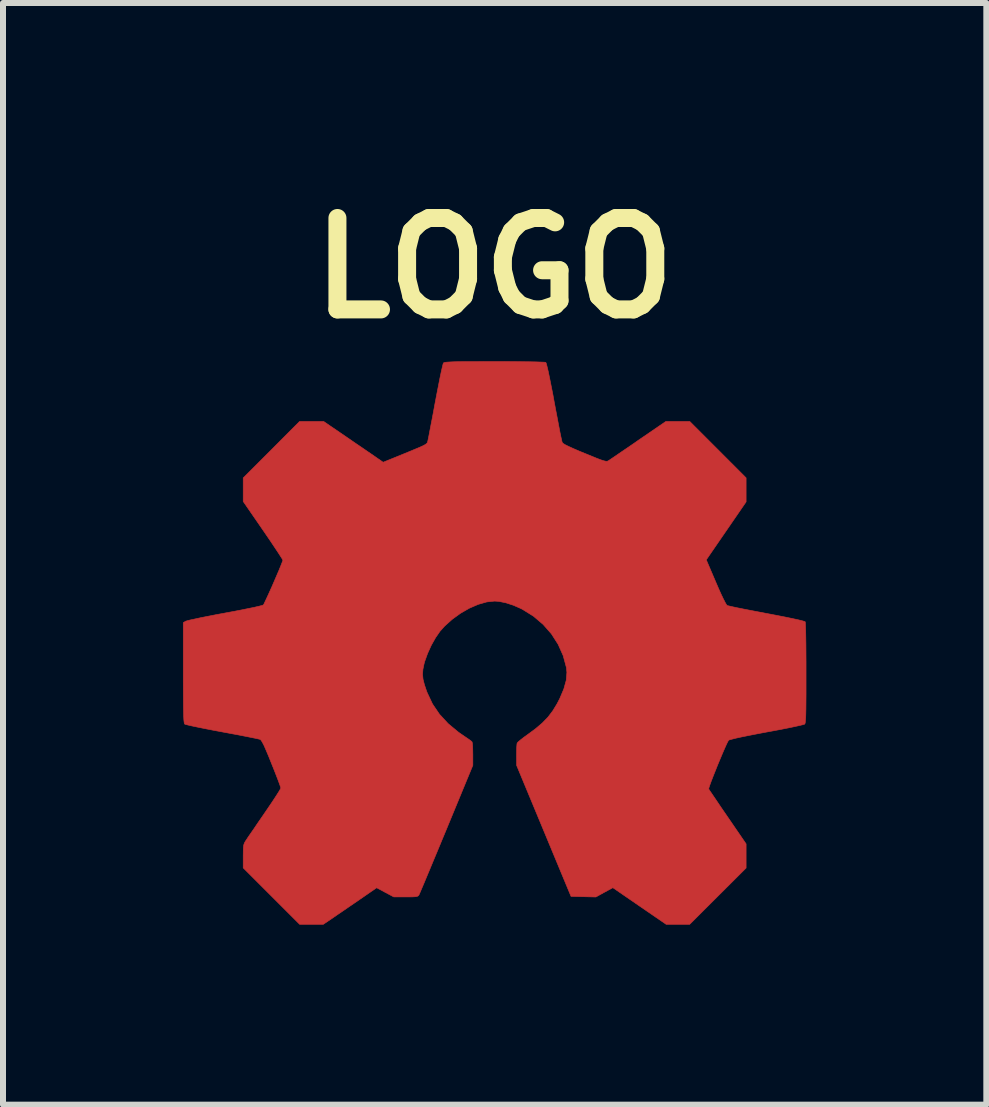
<source format=kicad_pcb>
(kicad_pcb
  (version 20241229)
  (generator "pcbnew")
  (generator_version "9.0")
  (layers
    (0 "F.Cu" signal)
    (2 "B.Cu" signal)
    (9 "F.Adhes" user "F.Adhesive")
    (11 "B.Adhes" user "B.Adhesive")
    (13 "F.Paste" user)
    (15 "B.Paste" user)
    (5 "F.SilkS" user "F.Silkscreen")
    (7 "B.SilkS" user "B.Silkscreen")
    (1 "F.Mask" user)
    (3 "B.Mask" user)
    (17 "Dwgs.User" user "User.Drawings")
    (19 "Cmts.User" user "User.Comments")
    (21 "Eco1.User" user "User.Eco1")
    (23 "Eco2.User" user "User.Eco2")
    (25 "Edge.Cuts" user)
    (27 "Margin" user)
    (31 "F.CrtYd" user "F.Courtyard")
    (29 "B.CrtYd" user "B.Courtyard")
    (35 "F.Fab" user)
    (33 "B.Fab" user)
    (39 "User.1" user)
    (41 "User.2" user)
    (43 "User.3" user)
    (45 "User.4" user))
  (footprint "LOGO"
    (layer "F.Cu")
    (at 5.187 7.768)
    (property "Reference" "LOGO" (at 0 -6.35 0) (layer "F.SilkS") (effects (font (size 1.524 1.524) (thickness 0.3))))
    (attr through_hole)
    (fp_poly (pts (xy 0.171 -4.792) (xy 0.327 -4.791) (xy 0.468 -4.789) (xy 0.593 -4.788) (xy 0.698 -4.786) (xy 0.78 -4.783) (xy 0.835 -4.781) (xy 0.859 -4.778) (xy 0.86 -4.778) (xy 0.869 -4.758) (xy 0.882 -4.707) (xy 0.901 -4.627) (xy 0.923 -4.52) (xy 0.949 -4.39) (xy 0.979 -4.238) (xy 1 -4.122) (xy 1.027 -3.978) (xy 1.053 -3.843) (xy 1.076 -3.721) (xy 1.096 -3.617) (xy 1.113 -3.534) (xy 1.126 -3.476) (xy 1.133 -3.446) (xy 1.134 -3.444) (xy 1.148 -3.428) (xy 1.182 -3.406) (xy 1.239 -3.378) (xy 1.32 -3.341) (xy 1.429 -3.294) (xy 1.508 -3.262) (xy 1.623 -3.215) (xy 1.711 -3.179) (xy 1.776 -3.154) (xy 1.823 -3.139) (xy 1.855 -3.131) (xy 1.877 -3.129) (xy 1.894 -3.133) (xy 1.909 -3.142) (xy 1.911 -3.143) (xy 1.936 -3.16) (xy 1.985 -3.193) (xy 2.054 -3.24) (xy 2.14 -3.299) (xy 2.239 -3.366) (xy 2.347 -3.44) (xy 2.408 -3.483) (xy 2.861 -3.793) (xy 3.26 -3.793) (xy 3.73 -3.323) (xy 4.199 -2.853) (xy 4.199 -2.453) (xy 3.867 -1.97) (xy 3.535 -1.487) (xy 3.694 -1.115) (xy 3.741 -1.006) (xy 3.784 -0.91) (xy 3.823 -0.829) (xy 3.854 -0.769) (xy 3.875 -0.734) (xy 3.882 -0.726) (xy 3.905 -0.72) (xy 3.957 -0.708) (xy 4.035 -0.691) (xy 4.134 -0.671) (xy 4.252 -0.648) (xy 4.383 -0.623) (xy 4.525 -0.596) (xy 4.541 -0.593) (xy 4.703 -0.562) (xy 4.846 -0.534) (xy 4.967 -0.509) (xy 5.064 -0.488) (xy 5.134 -0.471) (xy 5.175 -0.459) (xy 5.184 -0.454) (xy 5.187 -0.433) (xy 5.189 -0.381) (xy 5.192 -0.303) (xy 5.194 -0.201) (xy 5.196 -0.078) (xy 5.197 0.062) (xy 5.198 0.216) (xy 5.198 0.38) (xy 5.198 0.4) (xy 5.198 0.594) (xy 5.198 0.756) (xy 5.197 0.89) (xy 5.196 0.999) (xy 5.194 1.083) (xy 5.192 1.148) (xy 5.188 1.194) (xy 5.185 1.225) (xy 5.18 1.244) (xy 5.175 1.252) (xy 5.153 1.259) (xy 5.102 1.272) (xy 5.025 1.289) (xy 4.927 1.31) (xy 4.811 1.333) (xy 4.681 1.358) (xy 4.544 1.383) (xy 4.391 1.412) (xy 4.253 1.439) (xy 4.134 1.463) (xy 4.037 1.484) (xy 3.965 1.502) (xy 3.921 1.514) (xy 3.909 1.52) (xy 3.895 1.541) (xy 3.872 1.588) (xy 3.842 1.655) (xy 3.806 1.738) (xy 3.767 1.831) (xy 3.726 1.929) (xy 3.687 2.027) (xy 3.65 2.12) (xy 3.618 2.202) (xy 3.594 2.268) (xy 3.579 2.314) (xy 3.576 2.333) (xy 3.586 2.35) (xy 3.614 2.391) (xy 3.656 2.453) (xy 3.71 2.533) (xy 3.774 2.628) (xy 3.846 2.733) (xy 3.89 2.797) (xy 4.199 3.248) (xy 4.199 3.65) (xy 3.258 4.589) (xy 2.867 4.589) (xy 2.423 4.284) (xy 1.978 3.978) (xy 1.836 4.055) (xy 1.695 4.133) (xy 1.488 4.128) (xy 1.281 4.123) (xy 0.374 1.939) (xy 0.373 1.767) (xy 0.374 1.691) (xy 0.376 1.627) (xy 0.38 1.582) (xy 0.383 1.568) (xy 0.4 1.548) (xy 0.44 1.514) (xy 0.495 1.471) (xy 0.548 1.433) (xy 0.688 1.33) (xy 0.802 1.233) (xy 0.896 1.136) (xy 0.976 1.031) (xy 1.048 0.913) (xy 1.094 0.824) (xy 1.161 0.665) (xy 1.201 0.521) (xy 1.212 0.391) (xy 1.204 0.309) (xy 1.15 0.11) (xy 1.066 -0.078) (xy 0.954 -0.253) (xy 0.816 -0.41) (xy 0.655 -0.547) (xy 0.472 -0.661) (xy 0.449 -0.673) (xy 0.322 -0.729) (xy 0.196 -0.77) (xy 0.079 -0.794) (xy 0.008 -0.799) (xy -0.124 -0.785) (xy -0.267 -0.744) (xy -0.415 -0.68) (xy -0.561 -0.596) (xy -0.699 -0.496) (xy -0.825 -0.383) (xy -0.903 -0.296) (xy -0.977 -0.189) (xy -1.049 -0.061) (xy -1.111 0.076) (xy -1.159 0.21) (xy -1.17 0.252) (xy -1.188 0.34) (xy -1.194 0.421) (xy -1.186 0.503) (xy -1.163 0.594) (xy -1.126 0.704) (xy -1.115 0.731) (xy -1.028 0.916) (xy -0.912 1.087) (xy -0.767 1.244) (xy -0.592 1.389) (xy -0.474 1.47) (xy -0.424 1.504) (xy -0.386 1.532) (xy -0.369 1.548) (xy -0.363 1.572) (xy -0.359 1.621) (xy -0.357 1.689) (xy -0.356 1.753) (xy -0.356 1.939) (xy -0.795 3.002) (xy -0.87 3.182) (xy -0.941 3.354) (xy -1.008 3.514) (xy -1.069 3.661) (xy -1.123 3.79) (xy -1.169 3.901) (xy -1.207 3.99) (xy -1.234 4.054) (xy -1.25 4.09) (xy -1.253 4.098) (xy -1.264 4.112) (xy -1.281 4.122) (xy -1.311 4.128) (xy -1.36 4.131) (xy -1.435 4.132) (xy -1.472 4.132) (xy -1.673 4.132) (xy -1.816 4.056) (xy -1.959 3.979) (xy -2.237 4.171) (xy -2.336 4.239) (xy -2.44 4.31) (xy -2.539 4.378) (xy -2.626 4.437) (xy -2.682 4.476) (xy -2.849 4.589) (xy -3.242 4.589) (xy -3.712 4.119) (xy -4.183 3.648) (xy -4.183 3.452) (xy -4.182 3.367) (xy -4.18 3.308) (xy -4.175 3.267) (xy -4.164 3.235) (xy -4.147 3.204) (xy -4.126 3.173) (xy -4.102 3.136) (xy -4.061 3.077) (xy -4.007 2.999) (xy -3.945 2.907) (xy -3.876 2.807) (xy -3.813 2.715) (xy -3.745 2.615) (xy -3.683 2.523) (xy -3.631 2.443) (xy -3.591 2.38) (xy -3.565 2.336) (xy -3.556 2.317) (xy -3.562 2.296) (xy -3.579 2.247) (xy -3.605 2.177) (xy -3.639 2.089) (xy -3.679 1.987) (xy -3.711 1.908) (xy -3.763 1.778) (xy -3.806 1.677) (xy -3.839 1.602) (xy -3.866 1.551) (xy -3.886 1.52) (xy -3.901 1.506) (xy -3.901 1.506) (xy -3.926 1.5) (xy -3.98 1.488) (xy -4.059 1.472) (xy -4.159 1.452) (xy -4.277 1.429) (xy -4.407 1.405) (xy -4.536 1.381) (xy -4.675 1.355) (xy -4.804 1.33) (xy -4.918 1.307) (xy -5.015 1.287) (xy -5.09 1.27) (xy -5.139 1.258) (xy -5.159 1.251) (xy -5.164 1.241) (xy -5.168 1.22) (xy -5.172 1.185) (xy -5.175 1.133) (xy -5.177 1.062) (xy -5.179 0.969) (xy -5.18 0.851) (xy -5.181 0.707) (xy -5.182 0.533) (xy -5.182 0.396) (xy -5.182 -0.439) (xy -5.144 -0.463) (xy -5.119 -0.471) (xy -5.064 -0.485) (xy -4.984 -0.502) (xy -4.883 -0.524) (xy -4.765 -0.547) (xy -4.633 -0.573) (xy -4.491 -0.599) (xy -4.487 -0.6) (xy -4.346 -0.626) (xy -4.216 -0.651) (xy -4.099 -0.675) (xy -4 -0.695) (xy -3.923 -0.713) (xy -3.871 -0.726) (xy -3.849 -0.734) (xy -3.848 -0.734) (xy -3.836 -0.754) (xy -3.814 -0.801) (xy -3.783 -0.867) (xy -3.746 -0.948) (xy -3.705 -1.039) (xy -3.664 -1.134) (xy -3.624 -1.227) (xy -3.587 -1.313) (xy -3.557 -1.387) (xy -3.535 -1.443) (xy -3.523 -1.476) (xy -3.522 -1.481) (xy -3.531 -1.499) (xy -3.558 -1.541) (xy -3.599 -1.605) (xy -3.653 -1.686) (xy -3.717 -1.782) (xy -3.79 -1.889) (xy -3.852 -1.98) (xy -4.183 -2.46) (xy -4.183 -2.852) (xy -3.713 -3.322) (xy -3.244 -3.793) (xy -2.842 -3.793) (xy -2.416 -3.502) (xy -2.306 -3.426) (xy -2.201 -3.355) (xy -2.107 -3.29) (xy -2.027 -3.236) (xy -1.966 -3.193) (xy -1.927 -3.166) (xy -1.92 -3.162) (xy -1.851 -3.113) (xy -1.531 -3.243) (xy -1.407 -3.294) (xy -1.311 -3.334) (xy -1.239 -3.364) (xy -1.187 -3.388) (xy -1.153 -3.406) (xy -1.131 -3.421) (xy -1.118 -3.434) (xy -1.111 -3.448) (xy -1.11 -3.453) (xy -1.104 -3.477) (xy -1.093 -3.53) (xy -1.078 -3.609) (xy -1.059 -3.709) (xy -1.036 -3.827) (xy -1.011 -3.959) (xy -0.985 -4.101) (xy -0.982 -4.115) (xy -0.955 -4.258) (xy -0.929 -4.39) (xy -0.906 -4.508) (xy -0.885 -4.609) (xy -0.867 -4.689) (xy -0.854 -4.743) (xy -0.846 -4.768) (xy -0.845 -4.768) (xy -0.836 -4.774) (xy -0.816 -4.779) (xy -0.784 -4.782) (xy -0.735 -4.785) (xy -0.669 -4.788) (xy -0.581 -4.79) (xy -0.47 -4.791) (xy -0.333 -4.791) (xy -0.167 -4.792) (xy 0.006 -4.792) (xy 0.171 -4.792)) (stroke (width 0.01) (type solid)) (fill yes) (layer "F.Cu"))
    (fp_poly (pts (xy 0.153 -4.622) (xy 0.29 -4.621) (xy 0.413 -4.62) (xy 0.518 -4.617) (xy 0.602 -4.615) (xy 0.66 -4.612) (xy 0.689 -4.609) (xy 0.691 -4.608) (xy 0.699 -4.588) (xy 0.713 -4.537) (xy 0.732 -4.458) (xy 0.754 -4.351) (xy 0.781 -4.221) (xy 0.81 -4.069) (xy 0.836 -3.93) (xy 0.864 -3.785) (xy 0.89 -3.649) (xy 0.914 -3.528) (xy 0.935 -3.423) (xy 0.953 -3.341) (xy 0.966 -3.283) (xy 0.975 -3.253) (xy 0.976 -3.251) (xy 0.997 -3.239) (xy 1.044 -3.217) (xy 1.112 -3.187) (xy 1.197 -3.151) (xy 1.294 -3.111) (xy 1.398 -3.068) (xy 1.504 -3.025) (xy 1.608 -2.984) (xy 1.705 -2.946) (xy 1.789 -2.913) (xy 1.857 -2.888) (xy 1.903 -2.873) (xy 1.922 -2.868) (xy 1.922 -2.868) (xy 1.94 -2.879) (xy 1.982 -2.907) (xy 2.046 -2.95) (xy 2.129 -3.006) (xy 2.227 -3.072) (xy 2.337 -3.148) (xy 2.457 -3.23) (xy 2.486 -3.249) (xy 2.607 -3.332) (xy 2.72 -3.409) (xy 2.823 -3.477) (xy 2.911 -3.535) (xy 2.982 -3.58) (xy 3.032 -3.61) (xy 3.058 -3.623) (xy 3.06 -3.624) (xy 3.079 -3.612) (xy 3.119 -3.579) (xy 3.175 -3.528) (xy 3.245 -3.462) (xy 3.326 -3.384) (xy 3.415 -3.297) (xy 3.508 -3.206) (xy 3.602 -3.111) (xy 3.695 -3.018) (xy 3.782 -2.929) (xy 3.861 -2.847) (xy 3.928 -2.775) (xy 3.981 -2.717) (xy 4.016 -2.676) (xy 4.03 -2.654) (xy 4.03 -2.654) (xy 4.021 -2.633) (xy 3.994 -2.588) (xy 3.953 -2.522) (xy 3.898 -2.438) (xy 3.833 -2.339) (xy 3.758 -2.229) (xy 3.678 -2.111) (xy 3.673 -2.103) (xy 3.591 -1.984) (xy 3.515 -1.873) (xy 3.447 -1.773) (xy 3.389 -1.687) (xy 3.344 -1.618) (xy 3.313 -1.571) (xy 3.299 -1.548) (xy 3.299 -1.548) (xy 3.296 -1.532) (xy 3.3 -1.506) (xy 3.311 -1.466) (xy 3.331 -1.41) (xy 3.361 -1.333) (xy 3.402 -1.234) (xy 3.455 -1.108) (xy 3.482 -1.042) (xy 3.537 -0.917) (xy 3.587 -0.805) (xy 3.631 -0.709) (xy 3.667 -0.634) (xy 3.694 -0.582) (xy 3.711 -0.558) (xy 3.712 -0.557) (xy 3.735 -0.55) (xy 3.787 -0.538) (xy 3.865 -0.522) (xy 3.965 -0.502) (xy 4.083 -0.479) (xy 4.214 -0.453) (xy 4.356 -0.426) (xy 4.371 -0.424) (xy 4.534 -0.393) (xy 4.677 -0.365) (xy 4.798 -0.34) (xy 4.895 -0.318) (xy 4.965 -0.302) (xy 5.005 -0.289) (xy 5.015 -0.284) (xy 5.018 -0.263) (xy 5.021 -0.212) (xy 5.023 -0.134) (xy 5.025 -0.034) (xy 5.027 0.085) (xy 5.028 0.219) (xy 5.029 0.364) (xy 5.029 0.4) (xy 5.029 0.572) (xy 5.028 0.713) (xy 5.027 0.826) (xy 5.025 0.914) (xy 5.023 0.98) (xy 5.02 1.027) (xy 5.015 1.058) (xy 5.01 1.076) (xy 5.005 1.082) (xy 4.984 1.09) (xy 4.933 1.103) (xy 4.856 1.12) (xy 4.758 1.14) (xy 4.642 1.163) (xy 4.512 1.188) (xy 4.375 1.214) (xy 4.221 1.243) (xy 4.083 1.27) (xy 3.964 1.294) (xy 3.866 1.315) (xy 3.795 1.333) (xy 3.751 1.345) (xy 3.739 1.35) (xy 3.726 1.372) (xy 3.702 1.42) (xy 3.671 1.49) (xy 3.634 1.577) (xy 3.592 1.677) (xy 3.547 1.784) (xy 3.503 1.895) (xy 3.459 2.005) (xy 3.419 2.109) (xy 3.383 2.203) (xy 3.355 2.281) (xy 3.335 2.339) (xy 3.325 2.373) (xy 3.325 2.379) (xy 3.336 2.398) (xy 3.364 2.441) (xy 3.407 2.505) (xy 3.463 2.588) (xy 3.529 2.685) (xy 3.603 2.794) (xy 3.682 2.909) (xy 3.762 3.026) (xy 3.835 3.136) (xy 3.9 3.234) (xy 3.954 3.318) (xy 3.995 3.384) (xy 4.021 3.429) (xy 4.03 3.449) (xy 4.018 3.468) (xy 3.986 3.507) (xy 3.935 3.563) (xy 3.869 3.633) (xy 3.791 3.714) (xy 3.705 3.803) (xy 3.613 3.896) (xy 3.519 3.99) (xy 3.426 4.083) (xy 3.337 4.17) (xy 3.255 4.249) (xy 3.184 4.317) (xy 3.126 4.37) (xy 3.085 4.405) (xy 3.064 4.419) (xy 3.063 4.42) (xy 3.043 4.41) (xy 2.999 4.384) (xy 2.934 4.342) (xy 2.85 4.288) (xy 2.753 4.223) (xy 2.644 4.149) (xy 2.531 4.072) (xy 2.414 3.993) (xy 2.305 3.919) (xy 2.207 3.855) (xy 2.124 3.801) (xy 2.059 3.76) (xy 2.015 3.734) (xy 1.996 3.725) (xy 1.971 3.733) (xy 1.923 3.754) (xy 1.857 3.786) (xy 1.78 3.826) (xy 1.745 3.845) (xy 1.659 3.889) (xy 1.585 3.925) (xy 1.527 3.949) (xy 1.492 3.959) (xy 1.486 3.959) (xy 1.477 3.955) (xy 1.466 3.942) (xy 1.452 3.918) (xy 1.432 3.882) (xy 1.408 3.831) (xy 1.377 3.764) (xy 1.34 3.678) (xy 1.294 3.571) (xy 1.239 3.441) (xy 1.174 3.287) (xy 1.099 3.105) (xy 1.012 2.895) (xy 0.996 2.858) (xy 0.921 2.675) (xy 0.85 2.501) (xy 0.784 2.339) (xy 0.724 2.19) (xy 0.672 2.058) (xy 0.627 1.945) (xy 0.592 1.854) (xy 0.568 1.787) (xy 0.555 1.747) (xy 0.553 1.736) (xy 0.57 1.716) (xy 0.609 1.683) (xy 0.664 1.64) (xy 0.717 1.602) (xy 0.858 1.499) (xy 0.973 1.401) (xy 1.067 1.302) (xy 1.148 1.197) (xy 1.221 1.077) (xy 1.256 1.01) (xy 1.336 0.815) (xy 1.384 0.614) (xy 1.4 0.41) (xy 1.385 0.206) (xy 1.341 0.007) (xy 1.266 -0.186) (xy 1.162 -0.367) (xy 1.029 -0.534) (xy 1.019 -0.545) (xy 0.86 -0.691) (xy 0.683 -0.809) (xy 0.485 -0.901) (xy 0.389 -0.934) (xy 0.333 -0.95) (xy 0.281 -0.961) (xy 0.223 -0.968) (xy 0.152 -0.972) (xy 0.059 -0.974) (xy 0.008 -0.974) (xy -0.097 -0.973) (xy -0.177 -0.97) (xy -0.24 -0.965) (xy -0.294 -0.955) (xy -0.347 -0.942) (xy -0.373 -0.934) (xy -0.579 -0.853) (xy -0.767 -0.744) (xy -0.933 -0.611) (xy -1.077 -0.454) (xy -1.196 -0.274) (xy -1.229 -0.212) (xy -1.297 -0.055) (xy -1.343 0.092) (xy -1.367 0.245) (xy -1.374 0.406) (xy -1.358 0.623) (xy -1.31 0.83) (xy -1.231 1.025) (xy -1.122 1.206) (xy -0.987 1.367) (xy -0.926 1.423) (xy -0.847 1.489) (xy -0.761 1.557) (xy -0.677 1.618) (xy -0.605 1.665) (xy -0.596 1.67) (xy -0.557 1.699) (xy -0.534 1.731) (xy -0.532 1.735) (xy -0.537 1.758) (xy -0.555 1.809) (xy -0.584 1.889) (xy -0.625 1.994) (xy -0.676 2.124) (xy -0.737 2.277) (xy -0.807 2.45) (xy -0.886 2.643) (xy -0.964 2.832) (xy -1.039 3.013) (xy -1.11 3.184) (xy -1.177 3.345) (xy -1.238 3.491) (xy -1.292 3.621) (xy -1.339 3.731) (xy -1.376 3.82) (xy -1.403 3.884) (xy -1.419 3.921) (xy -1.422 3.929) (xy -1.45 3.956) (xy -1.473 3.962) (xy -1.498 3.955) (xy -1.548 3.933) (xy -1.614 3.901) (xy -1.692 3.861) (xy -1.728 3.842) (xy -1.827 3.791) (xy -1.906 3.754) (xy -1.96 3.733) (xy -1.987 3.729) (xy -2.011 3.741) (xy -2.058 3.769) (xy -2.124 3.811) (xy -2.205 3.864) (xy -2.296 3.925) (xy -2.354 3.965) (xy -2.51 4.073) (xy -2.641 4.163) (xy -2.749 4.236) (xy -2.836 4.295) (xy -2.904 4.34) (xy -2.956 4.374) (xy -2.994 4.397) (xy -3.021 4.411) (xy -3.038 4.418) (xy -3.045 4.42) (xy -3.063 4.408) (xy -3.102 4.375) (xy -3.158 4.323) (xy -3.231 4.255) (xy -3.316 4.173) (xy -3.411 4.08) (xy -3.514 3.979) (xy -3.534 3.958) (xy -3.638 3.855) (xy -3.733 3.758) (xy -3.819 3.67) (xy -3.891 3.595) (xy -3.948 3.535) (xy -3.987 3.492) (xy -4.005 3.47) (xy -4.006 3.468) (xy -4.009 3.458) (xy -4.01 3.448) (xy -4.007 3.435) (xy -3.999 3.416) (xy -3.984 3.389) (xy -3.96 3.35) (xy -3.926 3.298) (xy -3.88 3.229) (xy -3.819 3.14) (xy -3.743 3.029) (xy -3.65 2.893) (xy -3.642 2.881) (xy -3.563 2.765) (xy -3.49 2.658) (xy -3.427 2.562) (xy -3.374 2.481) (xy -3.334 2.419) (xy -3.309 2.377) (xy -3.302 2.362) (xy -3.308 2.34) (xy -3.325 2.292) (xy -3.352 2.219) (xy -3.387 2.128) (xy -3.429 2.021) (xy -3.476 1.903) (xy -3.499 1.844) (xy -3.558 1.698) (xy -3.607 1.58) (xy -3.646 1.489) (xy -3.677 1.422) (xy -3.701 1.376) (xy -3.719 1.348) (xy -3.732 1.337) (xy -3.756 1.33) (xy -3.81 1.319) (xy -3.889 1.303) (xy -3.99 1.283) (xy -4.107 1.26) (xy -4.238 1.235) (xy -4.367 1.211) (xy -4.506 1.185) (xy -4.634 1.161) (xy -4.749 1.138) (xy -4.846 1.117) (xy -4.921 1.101) (xy -4.97 1.089) (xy -4.989 1.082) (xy -4.995 1.071) (xy -5 1.048) (xy -5.004 1.011) (xy -5.007 0.955) (xy -5.009 0.879) (xy -5.011 0.778) (xy -5.012 0.652) (xy -5.012 0.496) (xy -5.012 0.396) (xy -5.012 -0.27) (xy -4.974 -0.294) (xy -4.949 -0.302) (xy -4.895 -0.315) (xy -4.815 -0.333) (xy -4.714 -0.354) (xy -4.595 -0.378) (xy -4.463 -0.403) (xy -4.322 -0.43) (xy -4.318 -0.431) (xy -4.177 -0.457) (xy -4.046 -0.482) (xy -3.93 -0.505) (xy -3.831 -0.526) (xy -3.753 -0.544) (xy -3.701 -0.557) (xy -3.679 -0.565) (xy -3.679 -0.565) (xy -3.666 -0.586) (xy -3.643 -0.633) (xy -3.611 -0.702) (xy -3.573 -0.788) (xy -3.53 -0.885) (xy -3.484 -0.99) (xy -3.438 -1.097) (xy -3.394 -1.202) (xy -3.353 -1.299) (xy -3.318 -1.385) (xy -3.291 -1.453) (xy -3.273 -1.499) (xy -3.268 -1.519) (xy -3.277 -1.538) (xy -3.304 -1.582) (xy -3.346 -1.648) (xy -3.4 -1.731) (xy -3.466 -1.83) (xy -3.54 -1.94) (xy -3.621 -2.059) (xy -3.634 -2.078) (xy -3.717 -2.198) (xy -3.793 -2.311) (xy -3.861 -2.412) (xy -3.919 -2.5) (xy -3.964 -2.569) (xy -3.995 -2.618) (xy -4.009 -2.643) (xy -4.009 -2.644) (xy -4.006 -2.658) (xy -3.993 -2.681) (xy -3.966 -2.715) (xy -3.924 -2.763) (xy -3.865 -2.826) (xy -3.788 -2.906) (xy -3.69 -3.006) (xy -3.57 -3.127) (xy -3.546 -3.151) (xy -3.426 -3.27) (xy -3.319 -3.375) (xy -3.226 -3.464) (xy -3.151 -3.535) (xy -3.093 -3.586) (xy -3.056 -3.616) (xy -3.042 -3.624) (xy -3.021 -3.614) (xy -2.976 -3.588) (xy -2.91 -3.546) (xy -2.825 -3.492) (xy -2.726 -3.426) (xy -2.615 -3.352) (xy -2.496 -3.271) (xy -2.483 -3.262) (xy -2.363 -3.18) (xy -2.251 -3.104) (xy -2.149 -3.035) (xy -2.062 -2.976) (xy -1.993 -2.929) (xy -1.944 -2.897) (xy -1.92 -2.882) (xy -1.919 -2.881) (xy -1.904 -2.877) (xy -1.882 -2.878) (xy -1.85 -2.885) (xy -1.803 -2.899) (xy -1.738 -2.923) (xy -1.652 -2.956) (xy -1.54 -3.001) (xy -1.462 -3.033) (xy -1.322 -3.09) (xy -1.211 -3.136) (xy -1.124 -3.172) (xy -1.059 -3.2) (xy -1.012 -3.222) (xy -0.981 -3.239) (xy -0.961 -3.252) (xy -0.949 -3.264) (xy -0.943 -3.276) (xy -0.94 -3.284) (xy -0.935 -3.308) (xy -0.924 -3.361) (xy -0.909 -3.439) (xy -0.889 -3.54) (xy -0.867 -3.658) (xy -0.842 -3.79) (xy -0.815 -3.931) (xy -0.813 -3.946) (xy -0.786 -4.088) (xy -0.76 -4.221) (xy -0.736 -4.339) (xy -0.715 -4.44) (xy -0.698 -4.519) (xy -0.685 -4.573) (xy -0.676 -4.598) (xy -0.676 -4.599) (xy -0.666 -4.605) (xy -0.645 -4.61) (xy -0.61 -4.614) (xy -0.558 -4.617) (xy -0.486 -4.62) (xy -0.392 -4.621) (xy -0.271 -4.622) (xy -0.122 -4.622) (xy 0.006 -4.623) (xy 0.153 -4.622)) (stroke (width 0.01) (type solid)) (fill yes) (layer "F.Mask")))
  (gr_rect
    (start -3 -3)
    (end 13.39 15.362)
    (stroke (width 0.1) (type default))
    (fill no)
    (layer "Edge.Cuts")))
</source>
